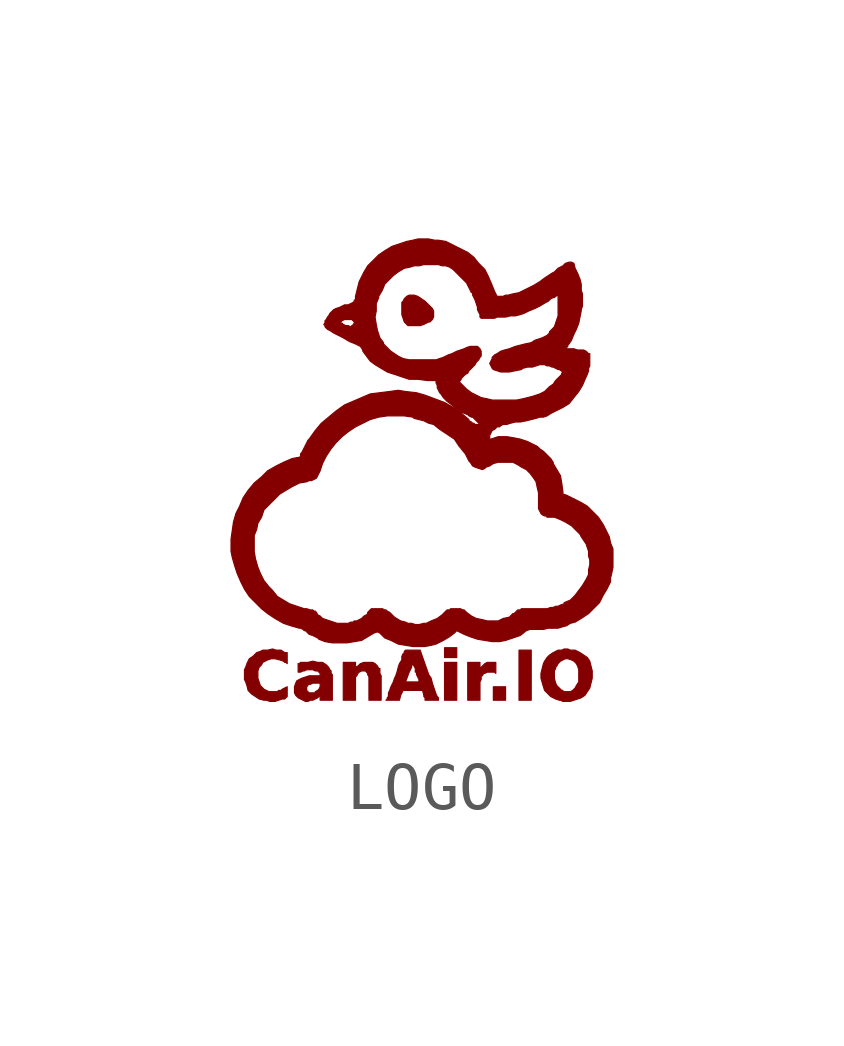
<source format=kicad_sym>
(kicad_symbol_lib
  (version 20210619)
  (generator kicad_symbol_editor)
  (symbol "LOGO"
    (pin_names
      (offset 1.016))
    (property "Reference" "#G"
      (at 0 -4.547 0)
      (effects (font (size 1.27 1.27)) hide))
    (symbol "LOGO_0_0"
      (polyline (pts (xy 0.66 -4.394) (xy 0.406 -4.394) (xy 0.406 -5.182) (xy 0.66 -5.182) (xy 0.66 -4.394)) (stroke (width 0.025)) (fill (type outline)))
      (polyline (pts (xy 0.66 -4.089) (xy 0.406 -4.089) (xy 0.406 -4.293) (xy 0.66 -4.293) (xy 0.66 -4.089)) (stroke (width 0.025)) (fill (type outline)))
      (polyline (pts (xy 1.676 -4.902) (xy 1.422 -4.902) (xy 1.422 -5.182) (xy 1.676 -5.182) (xy 1.676 -4.902)) (stroke (width 0.025)) (fill (type outline)))
      (polyline (pts (xy 2.21 -4.14) (xy 1.956 -4.14) (xy 1.956 -5.182) (xy 2.21 -5.182) (xy 2.21 -4.14)) (stroke (width 0.025)) (fill (type outline)))
      (polyline (pts (xy 1.143 -4.801) (xy 1.168 -4.75) (xy 1.168 -4.674) (xy 1.194 -4.674) (xy 1.219 -4.623) (xy 1.245 -4.623) (xy 1.295 -4.597) (xy 1.448 -4.597) (xy 1.473 -4.623) (xy 1.473 -4.394) (xy 1.295 -4.394) (xy 1.245 -4.42) (xy 1.143 -4.521) (xy 1.143 -4.394) (xy 0.889 -4.394) (xy 0.889 -5.182) (xy 1.143 -5.182) (xy 1.143 -4.801)) (stroke (width 0.025)) (fill (type outline)))
      (polyline (pts (xy -0.025 2.642) (xy 0.076 2.692) (xy 0.102 2.692) (xy 0.152 2.743) (xy 0.178 2.794) (xy 0.178 2.921) (xy 0.152 2.972) (xy 0 3.124) (xy -0.152 3.226) (xy -0.229 3.251) (xy -0.33 3.251) (xy -0.381 3.226) (xy -0.432 3.175) (xy -0.457 3.124) (xy -0.483 3.099) (xy -0.483 2.845) (xy -0.432 2.692) (xy -0.356 2.616) (xy -0.102 2.616) (xy -0.025 2.642)) (stroke (width 0.025)) (fill (type outline)))
      (polyline (pts (xy -1.448 -4.699) (xy -1.422 -4.674) (xy -1.397 -4.623) (xy -1.372 -4.597) (xy -1.321 -4.572) (xy -1.245 -4.572) (xy -1.194 -4.623) (xy -1.194 -4.648) (xy -1.168 -4.699) (xy -1.168 -5.182) (xy -0.914 -5.182) (xy -0.914 -4.674) (xy -0.94 -4.623) (xy -0.94 -4.521) (xy -0.965 -4.521) (xy -0.991 -4.47) (xy -1.041 -4.42) (xy -1.092 -4.394) (xy -1.27 -4.394) (xy -1.346 -4.42) (xy -1.397 -4.47) (xy -1.448 -4.496) (xy -1.448 -4.394) (xy -1.702 -4.394) (xy -1.702 -5.182) (xy -1.448 -5.182) (xy -1.448 -4.699)) (stroke (width 0.025)) (fill (type outline)))
      (polyline (pts (xy -2.972 -5.156) (xy -2.921 -5.156) (xy -2.87 -5.105) (xy -2.87 -4.902) (xy -2.972 -4.953) (xy -2.997 -4.978) (xy -3.048 -4.978) (xy -3.073 -5.004) (xy -3.251 -5.004) (xy -3.353 -4.953) (xy -3.429 -4.877) (xy -3.48 -4.724) (xy -3.48 -4.572) (xy -3.454 -4.496) (xy -3.404 -4.445) (xy -3.378 -4.394) (xy -3.277 -4.343) (xy -3.2 -4.318) (xy -3.124 -4.318) (xy -3.023 -4.343) (xy -2.946 -4.369) (xy -2.921 -4.394) (xy -2.896 -4.394) (xy -2.87 -4.42) (xy -2.87 -4.191) (xy -2.921 -4.191) (xy -2.997 -4.14) (xy -3.099 -4.14) (xy -3.175 -4.115) (xy -3.277 -4.14) (xy -3.378 -4.14) (xy -3.429 -4.166) (xy -3.505 -4.191) (xy -3.581 -4.267) (xy -3.658 -4.318) (xy -3.708 -4.42) (xy -3.734 -4.496) (xy -3.759 -4.547) (xy -3.759 -4.75) (xy -3.734 -4.801) (xy -3.708 -4.877) (xy -3.683 -4.978) (xy -3.607 -5.055) (xy -3.454 -5.156) (xy -3.353 -5.182) (xy -3.302 -5.182) (xy -3.226 -5.207) (xy -3.124 -5.207) (xy -2.972 -5.156)) (stroke (width 0.025)) (fill (type outline)))
      (polyline (pts (xy -0.508 -5.08) (xy -0.457 -4.978) (xy -0.051 -4.978) (xy -0.025 -5.08) (xy -0.025 -5.105) (xy 0 -5.131) (xy 0 -5.182) (xy 0.279 -5.182) (xy 0.279 -5.131) (xy 0.254 -5.105) (xy 0.229 -5.055) (xy 0.152 -4.826) (xy 0.127 -4.724) (xy 0.076 -4.648) (xy -0.102 -4.14) (xy -0.406 -4.14) (xy -0.432 -4.166) (xy -0.432 -4.191) (xy -0.457 -4.216) (xy -0.483 -4.267) (xy -0.483 -4.343) (xy -0.533 -4.42) (xy -0.559 -4.496) (xy -0.584 -4.597) (xy -0.61 -4.674) (xy -0.635 -4.724) (xy -0.66 -4.801) (xy -0.406 -4.801) (xy -0.33 -4.597) (xy -0.279 -4.496) (xy -0.279 -4.42) (xy -0.254 -4.42) (xy -0.254 -4.445) (xy -0.229 -4.47) (xy -0.203 -4.521) (xy -0.203 -4.597) (xy -0.178 -4.597) (xy -0.178 -4.648) (xy -0.127 -4.75) (xy -0.127 -4.801) (xy -0.406 -4.801) (xy -0.66 -4.801) (xy -0.711 -4.902) (xy -0.737 -4.978) (xy -0.762 -5.029) (xy -0.762 -5.105) (xy -0.787 -5.131) (xy -0.787 -5.156) (xy -0.813 -5.182) (xy -0.533 -5.182) (xy -0.508 -5.08)) (stroke (width 0.025)) (fill (type outline)))
      (polyline (pts (xy -2.388 -5.182) (xy -2.337 -5.182) (xy -2.235 -5.131) (xy -2.184 -5.08) (xy -2.184 -5.182) (xy -1.93 -5.182) (xy -1.93 -4.648) (xy -1.956 -4.623) (xy -1.956 -4.572) (xy -1.981 -4.547) (xy -2.007 -4.496) (xy -2.057 -4.445) (xy -2.134 -4.394) (xy -2.235 -4.394) (xy -2.337 -4.369) (xy -2.438 -4.394) (xy -2.591 -4.394) (xy -2.616 -4.42) (xy -2.642 -4.42) (xy -2.642 -4.597) (xy -2.591 -4.597) (xy -2.54 -4.572) (xy -2.515 -4.572) (xy -2.464 -4.547) (xy -2.337 -4.547) (xy -2.286 -4.572) (xy -2.235 -4.572) (xy -2.184 -4.623) (xy -2.184 -4.674) (xy -2.413 -4.674) (xy -2.565 -4.724) (xy -2.667 -4.775) (xy -2.692 -4.826) (xy -2.718 -4.902) (xy -2.718 -4.978) (xy -2.464 -4.978) (xy -2.464 -4.902) (xy -2.438 -4.877) (xy -2.438 -4.851) (xy -2.388 -4.851) (xy -2.337 -4.826) (xy -2.184 -4.826) (xy -2.184 -4.902) (xy -2.21 -4.953) (xy -2.235 -4.978) (xy -2.286 -5.004) (xy -2.286 -5.029) (xy -2.413 -5.029) (xy -2.464 -4.978) (xy -2.718 -4.978) (xy -2.718 -5.029) (xy -2.692 -5.08) (xy -2.642 -5.131) (xy -2.489 -5.207) (xy -2.438 -5.207) (xy -2.388 -5.182)) (stroke (width 0.025)) (fill (type outline)))
      (polyline (pts (xy 3.251 -5.131) (xy 3.327 -5.08) (xy 3.429 -4.928) (xy 3.48 -4.724) (xy 3.48 -4.572) (xy 3.429 -4.369) (xy 3.378 -4.293) (xy 3.226 -4.191) (xy 3.124 -4.14) (xy 3.023 -4.14) (xy 2.972 -4.115) (xy 2.896 -4.115) (xy 2.845 -4.14) (xy 2.769 -4.14) (xy 2.667 -4.191) (xy 2.591 -4.242) (xy 2.54 -4.293) (xy 2.489 -4.369) (xy 2.464 -4.42) (xy 2.413 -4.623) (xy 2.413 -4.699) (xy 2.413 -4.724) (xy 2.692 -4.724) (xy 2.692 -4.572) (xy 2.718 -4.521) (xy 2.718 -4.496) (xy 2.743 -4.47) (xy 2.769 -4.42) (xy 2.819 -4.369) (xy 2.921 -4.318) (xy 2.972 -4.318) (xy 3.048 -4.343) (xy 3.099 -4.369) (xy 3.15 -4.42) (xy 3.175 -4.47) (xy 3.2 -4.547) (xy 3.2 -4.801) (xy 3.15 -4.877) (xy 3.124 -4.928) (xy 3.073 -4.978) (xy 3.023 -5.004) (xy 2.87 -5.004) (xy 2.87 -4.978) (xy 2.845 -4.978) (xy 2.743 -4.877) (xy 2.718 -4.826) (xy 2.692 -4.724) (xy 2.413 -4.724) (xy 2.464 -4.902) (xy 2.489 -4.978) (xy 2.616 -5.105) (xy 2.718 -5.156) (xy 2.794 -5.182) (xy 2.819 -5.182) (xy 2.87 -5.207) (xy 3.023 -5.207) (xy 3.251 -5.131)) (stroke (width 0.025)) (fill (type outline)))
      (polyline (pts (xy 0.127 -4.039) (xy 0.229 -4.013) (xy 0.381 -3.937) (xy 0.508 -3.861) (xy 0.61 -3.785) (xy 0.66 -3.734) (xy 0.813 -3.81) (xy 0.94 -3.861) (xy 1.092 -3.912) (xy 1.397 -3.962) (xy 1.549 -3.962) (xy 1.676 -3.937) (xy 1.981 -3.835) (xy 2.108 -3.734) (xy 2.184 -3.708) (xy 2.464 -3.708) (xy 2.565 -3.683) (xy 2.769 -3.683) (xy 2.845 -3.658) (xy 2.946 -3.632) (xy 3.023 -3.581) (xy 3.124 -3.556) (xy 3.251 -3.48) (xy 3.404 -3.378) (xy 3.632 -3.15) (xy 3.708 -2.997) (xy 3.785 -2.87) (xy 3.861 -2.718) (xy 3.861 -2.642) (xy 3.886 -2.54) (xy 3.912 -2.413) (xy 3.912 -2.032) (xy 3.861 -1.905) (xy 3.835 -1.778) (xy 3.708 -1.524) (xy 3.607 -1.372) (xy 3.378 -1.143) (xy 3.251 -1.067) (xy 2.946 -0.914) (xy 2.87 -0.889) (xy 2.87 -0.838) (xy 2.845 -0.66) (xy 2.819 -0.508) (xy 2.667 -0.254) (xy 2.667 -0.229) (xy 2.616 -0.152) (xy 2.464 0) (xy 2.388 0.051) (xy 2.337 0.102) (xy 2.134 0.203) (xy 1.981 0.254) (xy 1.854 0.279) (xy 1.702 0.305) (xy 1.524 0.305) (xy 1.372 0.254) (xy 1.346 0.254) (xy 1.346 0.33) (xy 1.397 0.432) (xy 1.448 0.457) (xy 1.499 0.508) (xy 1.549 0.508) (xy 1.575 0.533) (xy 1.626 0.559) (xy 1.702 0.559) (xy 1.778 0.584) (xy 1.88 0.61) (xy 1.981 0.61) (xy 2.108 0.635) (xy 2.311 0.686) (xy 2.388 0.711) (xy 2.464 0.711) (xy 2.54 0.737) (xy 2.616 0.787) (xy 2.87 0.914) (xy 2.997 0.991) (xy 3.2 1.245) (xy 3.277 1.372) (xy 3.353 1.549) (xy 3.378 1.6) (xy 3.404 1.676) (xy 3.404 1.727) (xy 3.429 1.778) (xy 3.429 2.032) (xy 3.404 2.032) (xy 3.353 2.083) (xy 3.302 2.108) (xy 3.175 2.108) (xy 3.099 2.134) (xy 2.946 2.134) (xy 2.946 2.159) (xy 2.972 2.184) (xy 2.972 2.21) (xy 2.997 2.235) (xy 3.048 2.311) (xy 3.099 2.438) (xy 3.15 2.54) (xy 3.2 2.667) (xy 3.251 2.921) (xy 3.251 2.946) (xy 3.277 3.023) (xy 3.277 3.277) (xy 3.251 3.353) (xy 3.251 3.48) (xy 3.226 3.581) (xy 3.175 3.708) (xy 3.124 3.81) (xy 3.099 3.912) (xy 3.048 3.937) (xy 2.997 3.937) (xy 2.921 3.912) (xy 2.87 3.861) (xy 2.769 3.81) (xy 2.692 3.734) (xy 2.642 3.708) (xy 2.489 3.607) (xy 2.388 3.531) (xy 2.261 3.454) (xy 1.956 3.302) (xy 1.829 3.277) (xy 1.727 3.251) (xy 1.676 3.251) (xy 1.626 3.226) (xy 1.499 3.226) (xy 1.448 3.327) (xy 1.397 3.454) (xy 1.321 3.632) (xy 1.245 3.785) (xy 1.118 3.912) (xy 1.016 4.039) (xy 0.889 4.14) (xy 0.432 4.369) (xy 0.279 4.394) (xy 0.203 4.394) (xy 0.076 4.42) (xy -0.152 4.42) (xy -0.254 4.394) (xy -0.381 4.369) (xy -0.686 4.267) (xy -0.813 4.191) (xy -0.965 4.089) (xy -1.194 3.861) (xy -1.27 3.734) (xy -1.372 3.531) (xy -1.448 3.226) (xy -1.448 3.15) (xy -1.473 3.15) (xy -1.473 3.124) (xy -1.499 3.099) (xy -1.6 3.048) (xy -1.676 3.048) (xy -1.778 2.997) (xy -1.854 2.972) (xy -1.905 2.946) (xy -1.981 2.87) (xy -2.007 2.819) (xy -2.032 2.794) (xy -1.041 2.794) (xy -1.016 2.921) (xy -1.016 3.073) (xy -0.965 3.2) (xy -0.965 3.226) (xy -0.889 3.353) (xy -0.838 3.48) (xy -0.66 3.658) (xy -0.559 3.734) (xy -0.432 3.81) (xy -0.305 3.835) (xy -0.229 3.861) (xy -0.127 3.861) (xy -0.025 3.886) (xy 0.279 3.886) (xy 0.356 3.861) (xy 0.432 3.861) (xy 0.508 3.835) (xy 0.584 3.785) (xy 0.864 3.505) (xy 0.965 3.302) (xy 0.991 3.302) (xy 0.991 3.251) (xy 1.041 3.15) (xy 1.092 2.997) (xy 1.092 2.946) (xy 1.143 2.845) (xy 1.143 2.794) (xy 1.168 2.769) (xy 1.448 2.769) (xy 1.499 2.794) (xy 1.676 2.794) (xy 1.778 2.819) (xy 1.88 2.819) (xy 1.981 2.845) (xy 2.057 2.87) (xy 2.159 2.921) (xy 2.286 2.972) (xy 2.388 3.023) (xy 2.515 3.099) (xy 2.565 3.124) (xy 2.616 3.175) (xy 2.667 3.2) (xy 2.692 3.2) (xy 2.718 3.226) (xy 2.769 3.251) (xy 2.769 2.819) (xy 2.692 2.591) (xy 2.591 2.489) (xy 2.591 2.464) (xy 2.54 2.413) (xy 2.438 2.362) (xy 2.286 2.311) (xy 2.21 2.261) (xy 2.083 2.235) (xy 1.88 2.184) (xy 1.753 2.134) (xy 1.651 2.108) (xy 1.575 2.083) (xy 1.499 2.032) (xy 1.448 2.007) (xy 1.397 1.956) (xy 1.397 1.93) (xy 1.346 1.829) (xy 1.397 1.727) (xy 1.422 1.702) (xy 1.575 1.651) (xy 1.753 1.651) (xy 2.007 1.702) (xy 2.032 1.727) (xy 2.134 1.753) (xy 2.235 1.753) (xy 2.388 1.803) (xy 2.489 1.803) (xy 2.54 1.778) (xy 2.591 1.778) (xy 2.642 1.753) (xy 2.667 1.753) (xy 2.769 1.702) (xy 2.794 1.702) (xy 2.87 1.651) (xy 2.845 1.626) (xy 2.845 1.6) (xy 2.718 1.473) (xy 2.667 1.397) (xy 2.591 1.346) (xy 2.489 1.245) (xy 2.388 1.194) (xy 2.235 1.143) (xy 2.032 1.092) (xy 1.905 1.067) (xy 1.397 1.067) (xy 1.295 1.092) (xy 1.168 1.118) (xy 0.965 1.219) (xy 0.864 1.295) (xy 0.711 1.448) (xy 0.737 1.473) (xy 0.762 1.524) (xy 0.838 1.6) (xy 0.889 1.626) (xy 0.914 1.676) (xy 1.041 1.803) (xy 1.067 1.854) (xy 1.118 1.905) (xy 1.143 1.956) (xy 1.168 1.981) (xy 1.168 2.083) (xy 1.143 2.134) (xy 1.092 2.184) (xy 0.94 2.184) (xy 0.864 2.159) (xy 0.813 2.134) (xy 0.66 2.083) (xy 0.559 2.032) (xy 0.483 2.007) (xy 0.381 1.956) (xy 0.229 1.905) (xy -0.33 1.905) (xy -0.457 1.93) (xy -0.559 1.981) (xy -0.711 2.083) (xy -0.864 2.235) (xy -0.864 2.261) (xy -0.94 2.362) (xy -0.991 2.515) (xy -1.016 2.642) (xy -1.041 2.794) (xy -2.032 2.794) (xy -2.057 2.743) (xy -2.083 2.718) (xy -2.083 2.667) (xy -1.753 2.667) (xy -1.753 2.692) (xy -1.727 2.718) (xy -1.676 2.743) (xy -1.524 2.743) (xy -1.473 2.692) (xy -1.473 2.667) (xy -1.499 2.642) (xy -1.499 2.616) (xy -1.524 2.616) (xy -1.549 2.591) (xy -1.6 2.616) (xy -1.651 2.616) (xy -1.702 2.642) (xy -1.727 2.667) (xy -1.753 2.667) (xy -2.083 2.667) (xy -2.108 2.642) (xy -2.083 2.616) (xy -2.083 2.591) (xy -2.032 2.54) (xy -1.981 2.515) (xy -1.905 2.464) (xy -1.702 2.362) (xy -1.575 2.286) (xy -1.448 2.235) (xy -1.346 2.184) (xy -1.295 2.108) (xy -1.295 2.083) (xy -1.143 1.88) (xy -1.041 1.803) (xy -0.787 1.651) (xy -0.33 1.499) (xy -0.152 1.499) (xy 0.051 1.473) (xy 0.229 1.473) (xy 0.229 1.422) (xy 0.254 1.372) (xy 0.254 1.321) (xy 0.305 1.219) (xy 0.33 1.194) (xy 0.381 1.118) (xy 0.457 1.041) (xy 0.762 0.813) (xy 0.889 0.762) (xy 0.914 0.737) (xy 0.965 0.711) (xy 0.991 0.711) (xy 1.143 0.559) (xy 1.041 0.559) (xy 1.016 0.584) (xy 0.991 0.584) (xy 0.965 0.61) (xy 0.914 0.635) (xy 0.914 0.66) (xy 0.762 0.787) (xy 0.584 0.914) (xy 0.406 1.016) (xy 0 1.168) (xy -0.178 1.219) (xy -0.406 1.245) (xy -0.559 1.27) (xy -0.737 1.245) (xy -1.143 1.194) (xy -1.676 0.965) (xy -1.854 0.838) (xy -2.159 0.584) (xy -2.286 0.432) (xy -2.413 0.254) (xy -2.438 0.229) (xy -2.565 -0.025) (xy -2.591 -0.051) (xy -2.591 -0.102) (xy -2.616 -0.127) (xy -2.642 -0.127) (xy -2.769 -0.152) (xy -2.946 -0.229) (xy -3.099 -0.305) (xy -3.277 -0.406) (xy -3.404 -0.533) (xy -3.556 -0.66) (xy -3.683 -0.813) (xy -3.785 -0.965) (xy -3.861 -1.143) (xy -3.937 -1.295) (xy -3.988 -1.473) (xy -4.039 -1.829) (xy -4.039 -2.007) (xy -4.039 -2.083) (xy -3.556 -2.083) (xy -3.556 -1.753) (xy -3.505 -1.626) (xy -3.48 -1.499) (xy -3.404 -1.372) (xy -3.353 -1.219) (xy -3.023 -0.889) (xy -2.769 -0.737) (xy -2.616 -0.66) (xy -2.464 -0.635) (xy -2.413 -0.61) (xy -2.362 -0.61) (xy -2.261 -0.559) (xy -2.184 -0.406) (xy -2.134 -0.254) (xy -2.057 -0.102) (xy -1.956 0.051) (xy -1.854 0.178) (xy -1.727 0.305) (xy -1.6 0.406) (xy -1.448 0.508) (xy -1.143 0.66) (xy -0.965 0.711) (xy -0.787 0.737) (xy -0.432 0.737) (xy -0.254 0.711) (xy -0.229 0.686) (xy -0.025 0.635) (xy 0.076 0.584) (xy 0.178 0.559) (xy 0.305 0.457) (xy 0.61 0.254) (xy 0.711 0.102) (xy 0.838 -0.051) (xy 0.914 -0.203) (xy 0.94 -0.229) (xy 0.991 -0.305) (xy 1.041 -0.33) (xy 1.194 -0.381) (xy 1.245 -0.356) (xy 1.27 -0.33) (xy 1.346 -0.305) (xy 1.422 -0.254) (xy 1.524 -0.229) (xy 1.829 -0.229) (xy 1.93 -0.279) (xy 2.007 -0.33) (xy 2.108 -0.381) (xy 2.184 -0.457) (xy 2.261 -0.559) (xy 2.311 -0.635) (xy 2.337 -0.762) (xy 2.362 -0.864) (xy 2.362 -1.194) (xy 2.413 -1.295) (xy 2.438 -1.321) (xy 2.489 -1.346) (xy 2.515 -1.346) (xy 2.54 -1.372) (xy 2.692 -1.372) (xy 2.819 -1.422) (xy 2.921 -1.473) (xy 3.048 -1.549) (xy 3.226 -1.727) (xy 3.251 -1.778) (xy 3.353 -1.93) (xy 3.404 -2.083) (xy 3.404 -2.184) (xy 3.429 -2.261) (xy 3.429 -2.362) (xy 3.404 -2.464) (xy 3.404 -2.565) (xy 3.353 -2.667) (xy 3.277 -2.794) (xy 3.124 -2.997) (xy 3.023 -3.099) (xy 2.896 -3.15) (xy 2.896 -3.175) (xy 2.819 -3.2) (xy 2.769 -3.226) (xy 2.718 -3.226) (xy 2.667 -3.251) (xy 2.616 -3.251) (xy 2.54 -3.277) (xy 2.007 -3.277) (xy 1.981 -3.302) (xy 1.93 -3.302) (xy 1.854 -3.378) (xy 1.829 -3.378) (xy 1.753 -3.454) (xy 1.626 -3.48) (xy 1.524 -3.531) (xy 1.295 -3.531) (xy 1.194 -3.505) (xy 1.067 -3.48) (xy 0.965 -3.429) (xy 0.864 -3.353) (xy 0.813 -3.302) (xy 0.787 -3.302) (xy 0.737 -3.277) (xy 0.533 -3.277) (xy 0.508 -3.302) (xy 0.457 -3.302) (xy 0.356 -3.404) (xy 0.254 -3.48) (xy 0.127 -3.531) (xy 0.025 -3.581) (xy -0.025 -3.581) (xy -0.127 -3.607) (xy -0.203 -3.607) (xy -0.279 -3.581) (xy -0.356 -3.581) (xy -0.406 -3.556) (xy -0.508 -3.531) (xy -0.635 -3.454) (xy -0.737 -3.353) (xy -0.787 -3.327) (xy -0.813 -3.302) (xy -0.838 -3.302) (xy -0.889 -3.277) (xy -1.118 -3.277) (xy -1.194 -3.353) (xy -1.194 -3.378) (xy -1.219 -3.404) (xy -1.27 -3.429) (xy -1.321 -3.48) (xy -1.422 -3.531) (xy -1.473 -3.531) (xy -1.499 -3.556) (xy -1.549 -3.556) (xy -1.6 -3.581) (xy -1.829 -3.581) (xy -2.134 -3.48) (xy -2.184 -3.429) (xy -2.235 -3.404) (xy -2.261 -3.353) (xy -2.286 -3.327) (xy -2.311 -3.327) (xy -2.337 -3.302) (xy -2.388 -3.302) (xy -2.464 -3.277) (xy -2.515 -3.277) (xy -2.819 -3.175) (xy -3.073 -3.023) (xy -3.175 -2.896) (xy -3.251 -2.819) (xy -3.353 -2.692) (xy -3.429 -2.54) (xy -3.48 -2.413) (xy -3.531 -2.235) (xy -3.556 -2.083) (xy -4.039 -2.083) (xy -4.013 -2.21) (xy -3.962 -2.388) (xy -3.912 -2.54) (xy -3.835 -2.718) (xy -3.759 -2.87) (xy -3.658 -3.023) (xy -3.404 -3.277) (xy -3.277 -3.378) (xy -3.124 -3.48) (xy -2.946 -3.581) (xy -2.794 -3.632) (xy -2.616 -3.683) (xy -2.591 -3.683) (xy -2.54 -3.708) (xy -2.515 -3.734) (xy -2.489 -3.734) (xy -2.413 -3.81) (xy -2.337 -3.835) (xy -2.235 -3.886) (xy -2.21 -3.912) (xy -2.083 -3.962) (xy -1.93 -3.988) (xy -1.626 -3.988) (xy -1.321 -3.937) (xy -1.067 -3.785) (xy -0.991 -3.759) (xy -0.94 -3.785) (xy -0.838 -3.886) (xy -0.711 -3.937) (xy -0.559 -4.013) (xy -0.254 -4.064) (xy 0 -4.064) (xy 0.127 -4.039)) (stroke (width 0.025)) (fill (type outline))))))
</source>
